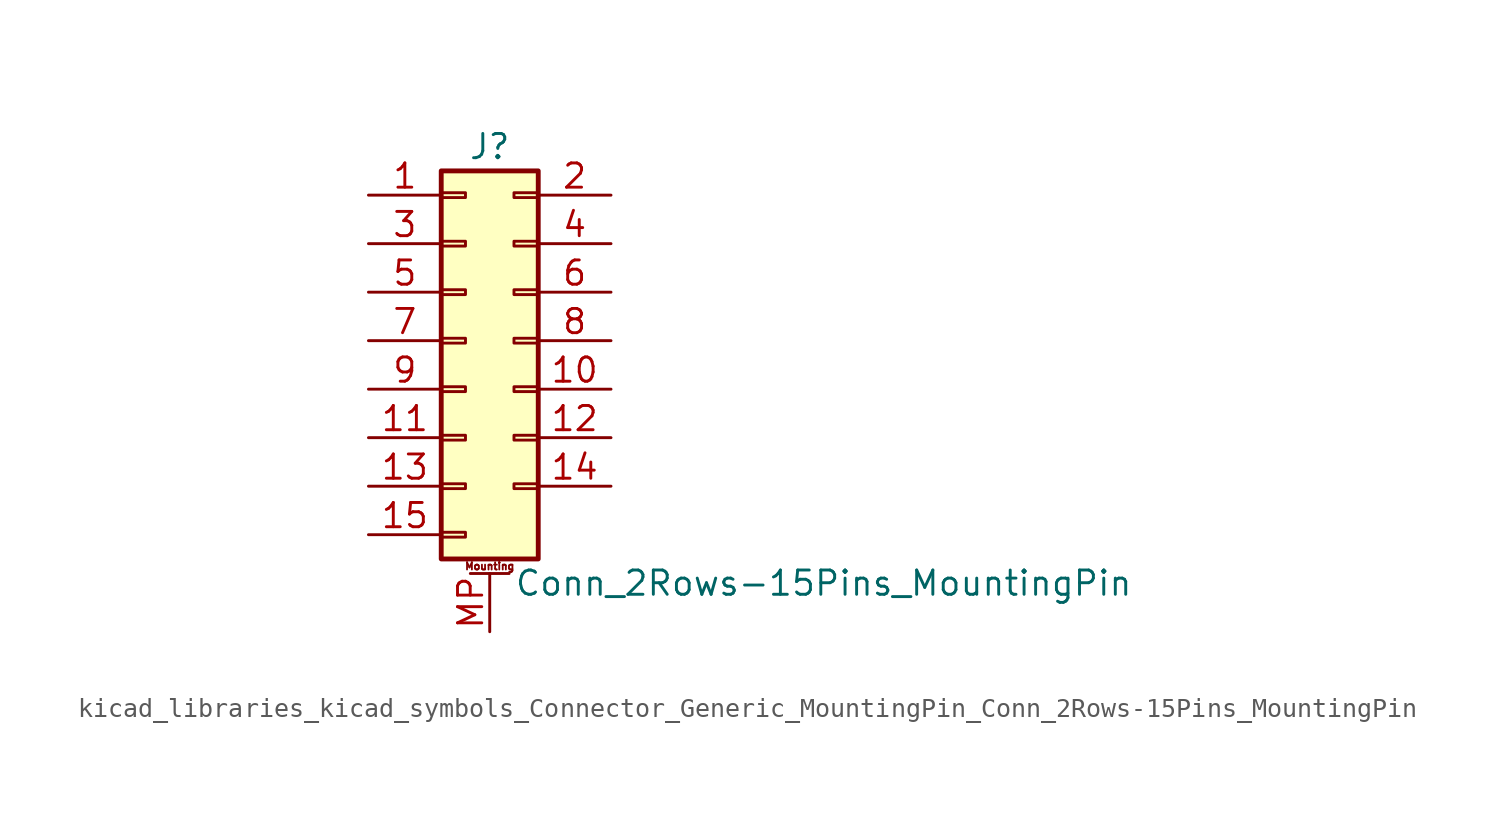
<source format=kicad_sym>
(kicad_symbol_lib
  (version 20220914)
  (generator kicad_symbol_editor)
  (symbol "kicad_libraries_kicad_symbols_Connector_Generic_MountingPin_Conn_2Rows-15Pins_MountingPin"
    (pin_names
      (offset 1.016) hide)
    (property "Reference" "J"
      (at 1.27 10.16 0)
      (effects (font (size 1.27 1.27))))
    (property "Value" "Conn_2Rows-15Pins_MountingPin"
      (at 2.54 -12.7 0)
      (effects (font (size 1.27 1.27)) (justify left)))
    (symbol "kicad_libraries_kicad_symbols_Connector_Generic_MountingPin_Conn_2Rows-15Pins_MountingPin_1_1"
      (rectangle (start -1.27 -10.033) (end 0 -10.287) (stroke (width 0.152) (type default)) (fill (type none)))
      (rectangle (start -1.27 -7.493) (end 0 -7.747) (stroke (width 0.152) (type default)) (fill (type none)))
      (rectangle (start -1.27 -4.953) (end 0 -5.207) (stroke (width 0.152) (type default)) (fill (type none)))
      (rectangle (start -1.27 -2.413) (end 0 -2.667) (stroke (width 0.152) (type default)) (fill (type none)))
      (rectangle (start -1.27 0.127) (end 0 -0.127) (stroke (width 0.152) (type default)) (fill (type none)))
      (rectangle (start -1.27 2.667) (end 0 2.413) (stroke (width 0.152) (type default)) (fill (type none)))
      (rectangle (start -1.27 5.207) (end 0 4.953) (stroke (width 0.152) (type default)) (fill (type none)))
      (rectangle (start -1.27 7.747) (end 0 7.493) (stroke (width 0.152) (type default)) (fill (type none)))
      (rectangle (start -1.27 8.89) (end 3.81 -11.43) (stroke (width 0.254) (type default)) (fill (type background)))
      (polyline (pts (xy 0.254 -12.192) (xy 2.286 -12.192)) (stroke (width 0.152) (type default)) (fill (type none)))
      (rectangle (start 3.81 -7.493) (end 2.54 -7.747) (stroke (width 0.152) (type default)) (fill (type none)))
      (rectangle (start 3.81 -4.953) (end 2.54 -5.207) (stroke (width 0.152) (type default)) (fill (type none)))
      (rectangle (start 3.81 -2.413) (end 2.54 -2.667) (stroke (width 0.152) (type default)) (fill (type none)))
      (rectangle (start 3.81 0.127) (end 2.54 -0.127) (stroke (width 0.152) (type default)) (fill (type none)))
      (rectangle (start 3.81 2.667) (end 2.54 2.413) (stroke (width 0.152) (type default)) (fill (type none)))
      (rectangle (start 3.81 5.207) (end 2.54 4.953) (stroke (width 0.152) (type default)) (fill (type none)))
      (rectangle (start 3.81 7.747) (end 2.54 7.493) (stroke (width 0.152) (type default)) (fill (type none)))
      (text "Mounting" (at 1.27 -11.811 0) (effects (font (size 0.381 0.381))))
      (pin passive line (at -5.08 7.62 0) (length 3.81) (name "Pin_1" (effects (font (size 1.27 1.27)))) (number "1" (effects (font (size 1.27 1.27)))))
      (pin passive line (at 7.62 -2.54 180) (length 3.81) (name "Pin_10" (effects (font (size 1.27 1.27)))) (number "10" (effects (font (size 1.27 1.27)))))
      (pin passive line (at -5.08 -5.08 0) (length 3.81) (name "Pin_11" (effects (font (size 1.27 1.27)))) (number "11" (effects (font (size 1.27 1.27)))))
      (pin passive line (at 7.62 -5.08 180) (length 3.81) (name "Pin_12" (effects (font (size 1.27 1.27)))) (number "12" (effects (font (size 1.27 1.27)))))
      (pin passive line (at -5.08 -7.62 0) (length 3.81) (name "Pin_13" (effects (font (size 1.27 1.27)))) (number "13" (effects (font (size 1.27 1.27)))))
      (pin passive line (at 7.62 -7.62 180) (length 3.81) (name "Pin_14" (effects (font (size 1.27 1.27)))) (number "14" (effects (font (size 1.27 1.27)))))
      (pin passive line (at -5.08 -10.16 0) (length 3.81) (name "Pin_15" (effects (font (size 1.27 1.27)))) (number "15" (effects (font (size 1.27 1.27)))))
      (pin passive line (at 7.62 7.62 180) (length 3.81) (name "Pin_2" (effects (font (size 1.27 1.27)))) (number "2" (effects (font (size 1.27 1.27)))))
      (pin passive line (at -5.08 5.08 0) (length 3.81) (name "Pin_3" (effects (font (size 1.27 1.27)))) (number "3" (effects (font (size 1.27 1.27)))))
      (pin passive line (at 7.62 5.08 180) (length 3.81) (name "Pin_4" (effects (font (size 1.27 1.27)))) (number "4" (effects (font (size 1.27 1.27)))))
      (pin passive line (at -5.08 2.54 0) (length 3.81) (name "Pin_5" (effects (font (size 1.27 1.27)))) (number "5" (effects (font (size 1.27 1.27)))))
      (pin passive line (at 7.62 2.54 180) (length 3.81) (name "Pin_6" (effects (font (size 1.27 1.27)))) (number "6" (effects (font (size 1.27 1.27)))))
      (pin passive line (at -5.08 0 0) (length 3.81) (name "Pin_7" (effects (font (size 1.27 1.27)))) (number "7" (effects (font (size 1.27 1.27)))))
      (pin passive line (at 7.62 0 180) (length 3.81) (name "Pin_8" (effects (font (size 1.27 1.27)))) (number "8" (effects (font (size 1.27 1.27)))))
      (pin passive line (at -5.08 -2.54 0) (length 3.81) (name "Pin_9" (effects (font (size 1.27 1.27)))) (number "9" (effects (font (size 1.27 1.27)))))
      (pin passive line (at 1.27 -15.24 90) (length 3.048) (name "MountPin" (effects (font (size 1.27 1.27)))) (number "MP" (effects (font (size 1.27 1.27))))))))
</source>
